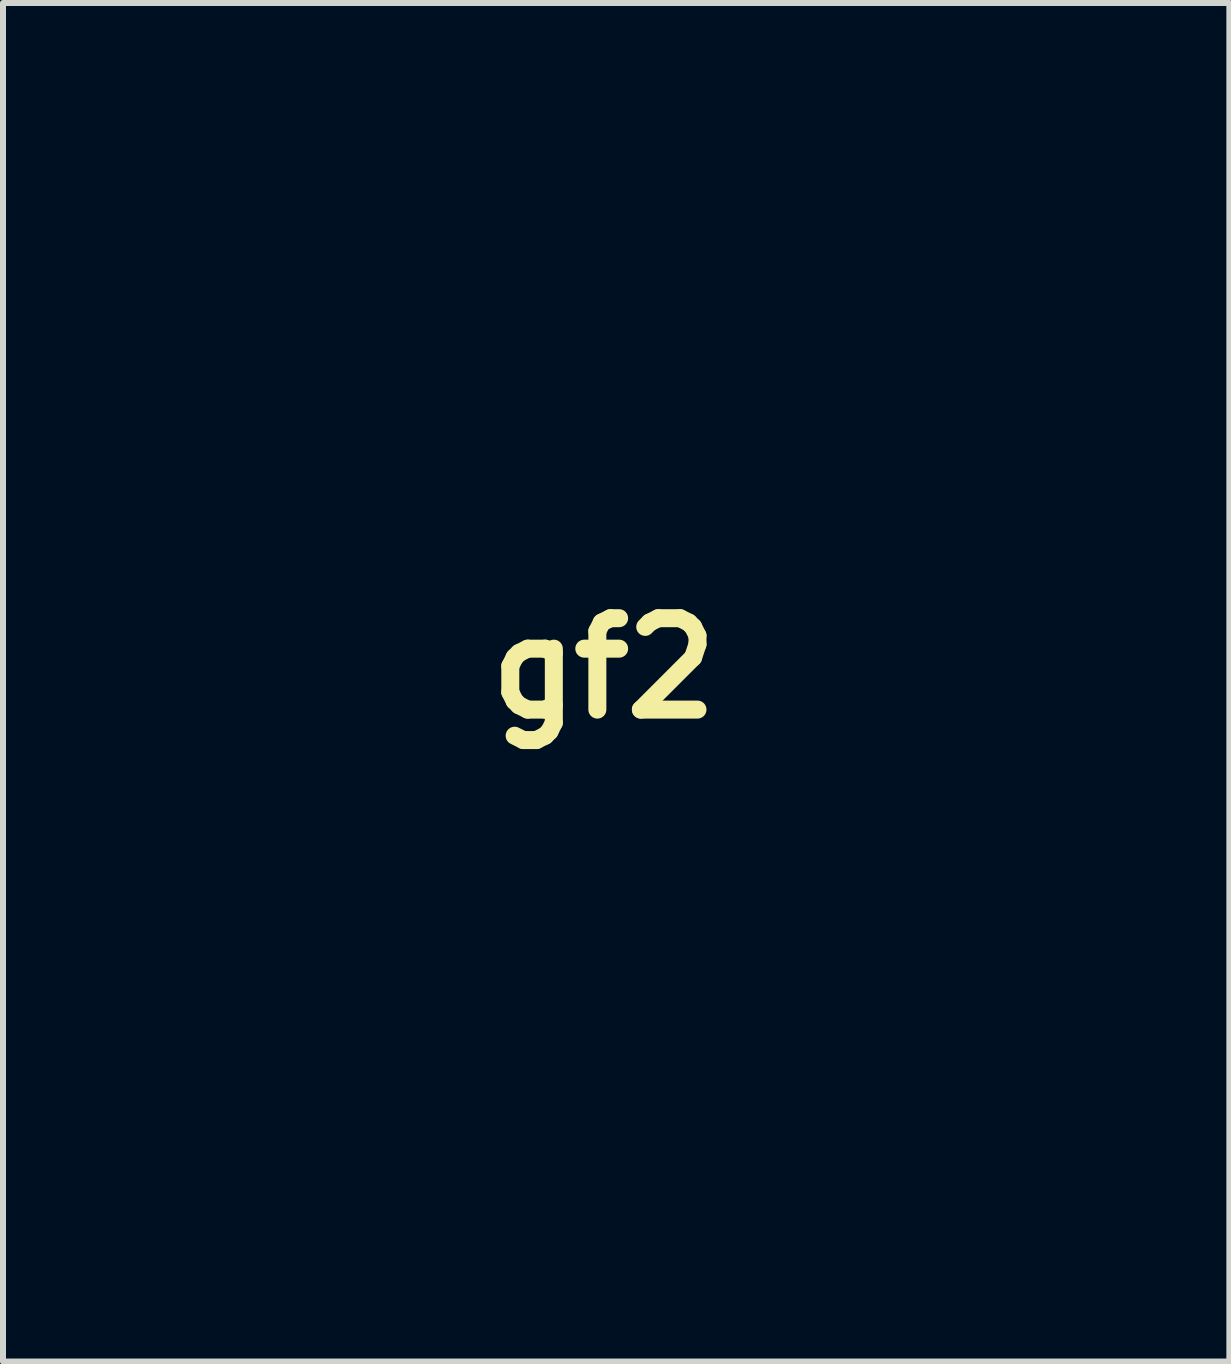
<source format=kicad_pcb>
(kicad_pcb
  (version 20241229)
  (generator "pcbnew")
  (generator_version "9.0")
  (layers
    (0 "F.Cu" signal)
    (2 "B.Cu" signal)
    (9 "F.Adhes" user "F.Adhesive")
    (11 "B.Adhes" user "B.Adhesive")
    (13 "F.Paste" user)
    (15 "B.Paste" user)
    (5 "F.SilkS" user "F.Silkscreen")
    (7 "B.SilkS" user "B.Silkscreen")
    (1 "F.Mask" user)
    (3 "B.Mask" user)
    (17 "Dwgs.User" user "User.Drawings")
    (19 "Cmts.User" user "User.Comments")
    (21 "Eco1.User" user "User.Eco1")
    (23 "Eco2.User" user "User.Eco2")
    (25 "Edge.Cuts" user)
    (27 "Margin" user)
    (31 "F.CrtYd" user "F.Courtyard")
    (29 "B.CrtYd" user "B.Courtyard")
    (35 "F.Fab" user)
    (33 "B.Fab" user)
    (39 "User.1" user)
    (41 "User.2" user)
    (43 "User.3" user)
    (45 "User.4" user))
  (footprint "gf2"
    (layer "F.Cu")
    (at 7.018 8.091)
    (property "Reference" "gf2" (at 0 0 0) (layer "F.SilkS") (effects (font (size 1.524 1.524) (thickness 0.3))))
    (attr through_hole)
    (fp_poly (pts (xy -3.471 5.419) (xy -2.794 5.419) (xy -2.794 5.87) (xy -4.064 5.87) (xy -4.064 3.697) (xy -3.471 3.697) (xy -3.471 5.419)) (stroke (width 0.01) (type solid)) (fill yes) (layer "F.Mask"))
    (fp_poly (pts (xy 2.393 3.93) (xy 2.385 4.163) (xy 2.095 4.171) (xy 1.806 4.179) (xy 1.806 5.87) (xy 1.214 5.87) (xy 1.214 4.177) (xy 0.621 4.177) (xy 0.621 3.697) (xy 2.401 3.697) (xy 2.393 3.93)) (stroke (width 0.01) (type solid)) (fill yes) (layer "F.Mask"))
    (fp_poly (pts (xy -2.723 6.703) (xy -3.612 6.703) (xy -3.612 7.006) (xy -3.612 7.31) (xy -2.879 7.31) (xy -2.879 7.62) (xy -3.612 7.62) (xy -3.612 8.551) (xy -4.036 8.551) (xy -4.036 6.378) (xy -2.707 6.378) (xy -2.723 6.703)) (stroke (width 0.01) (type solid)) (fill yes) (layer "F.Mask"))
    (fp_poly (pts (xy -0.064 -4.118) (xy -0.057 -4.073) (xy -0.056 -4.005) (xy -0.058 -3.925) (xy -0.061 -3.875) (xy -0.064 -3.867) (xy -0.08 -3.889) (xy -0.115 -3.944) (xy -0.131 -3.973) (xy -0.192 -4.079) (xy -0.124 -4.111) (xy -0.084 -4.128) (xy -0.064 -4.118)) (stroke (width 0.01) (type solid)) (fill yes) (layer "F.Mask"))
    (fp_poly (pts (xy 2.145 6.721) (xy 1.714 6.714) (xy 1.284 6.708) (xy 1.284 7.294) (xy 1.672 7.285) (xy 2.06 7.277) (xy 2.06 7.62) (xy 1.27 7.62) (xy 1.27 8.213) (xy 2.145 8.213) (xy 2.145 8.551) (xy 0.875 8.551) (xy 0.875 6.378) (xy 2.145 6.378) (xy 2.145 6.721)) (stroke (width 0.01) (type solid)) (fill yes) (layer "F.Mask"))
    (fp_poly (pts (xy 4.459 6.717) (xy 3.582 6.717) (xy 3.59 7.003) (xy 3.598 7.288) (xy 3.986 7.287) (xy 4.374 7.286) (xy 4.374 7.62) (xy 3.584 7.62) (xy 3.584 8.213) (xy 4.459 8.213) (xy 4.459 8.551) (xy 3.189 8.551) (xy 3.189 6.378) (xy 4.459 6.378) (xy 4.459 6.717)) (stroke (width 0.01) (type solid)) (fill yes) (layer "F.Mask"))
    (fp_poly (pts (xy 4.572 4.177) (xy 3.782 4.177) (xy 3.782 4.544) (xy 4.49 4.544) (xy 4.481 4.763) (xy 4.473 4.981) (xy 4.128 4.989) (xy 3.782 4.997) (xy 3.782 5.39) (xy 4.572 5.39) (xy 4.572 5.87) (xy 3.161 5.87) (xy 3.161 3.697) (xy 4.572 3.697) (xy 4.572 4.177)) (stroke (width 0.01) (type solid)) (fill yes) (layer "F.Mask"))
    (fp_poly (pts (xy 0.362 -3.287) (xy 0.428 -3.286) (xy 0.452 -3.284) (xy 0.442 -3.259) (xy 0.417 -3.199) (xy 0.407 -3.174) (xy 0.385 -3.094) (xy 0.365 -2.97) (xy 0.349 -2.818) (xy 0.343 -2.737) (xy 0.325 -2.407) (xy 0.212 -2.589) (xy 0.13 -2.705) (xy 0.027 -2.828) (xy -0.064 -2.922) (xy -0.14 -2.995) (xy -0.197 -3.053) (xy -0.225 -3.086) (xy -0.226 -3.089) (xy -0.201 -3.1) (xy -0.145 -3.104) (xy -0.073 -3.12) (xy 0.003 -3.159) (xy 0.062 -3.208) (xy 0.085 -3.255) (xy 0.113 -3.275) (xy 0.195 -3.286) (xy 0.268 -3.288) (xy 0.362 -3.287)) (stroke (width 0.01) (type solid)) (fill yes) (layer "F.Mask"))
    (fp_poly (pts (xy 7.422 5.87) (xy 6.835 5.87) (xy 6.755 5.759) (xy 6.714 5.701) (xy 6.65 5.604) (xy 6.567 5.479) (xy 6.473 5.335) (xy 6.373 5.181) (xy 6.364 5.167) (xy 6.269 5.022) (xy 6.184 4.894) (xy 6.113 4.791) (xy 6.062 4.72) (xy 6.035 4.687) (xy 6.032 4.686) (xy 6.026 4.713) (xy 6.021 4.787) (xy 6.016 4.902) (xy 6.013 5.048) (xy 6.011 5.218) (xy 6.011 5.278) (xy 6.011 5.87) (xy 5.419 5.87) (xy 5.419 3.697) (xy 6.025 3.698) (xy 6.816 4.92) (xy 6.831 3.697) (xy 7.422 3.697) (xy 7.422 5.87)) (stroke (width 0.01) (type solid)) (fill yes) (layer "F.Mask"))
    (fp_poly (pts (xy -0.746 -6.431) (xy -0.645 -6.365) (xy -0.553 -6.294) (xy -0.327 -6.088) (xy -0.142 -5.867) (xy -0.008 -5.644) (xy 0.054 -5.457) (xy 0.082 -5.236) (xy 0.074 -4.991) (xy 0.031 -4.731) (xy -0.046 -4.468) (xy -0.066 -4.412) (xy -0.112 -4.312) (xy -0.159 -4.256) (xy -0.217 -4.244) (xy -0.297 -4.273) (xy -0.41 -4.341) (xy -0.415 -4.345) (xy -0.565 -4.459) (xy -0.713 -4.598) (xy -0.846 -4.747) (xy -0.952 -4.891) (xy -0.998 -4.972) (xy -1.077 -5.2) (xy -1.111 -5.456) (xy -1.1 -5.737) (xy -1.043 -6.037) (xy -0.955 -6.314) (xy -0.916 -6.4) (xy -0.874 -6.449) (xy -0.819 -6.459) (xy -0.746 -6.431)) (stroke (width 0.01) (type solid)) (fill yes) (layer "F.Mask"))
    (fp_poly (pts (xy -0.245 -1.753) (xy -0.006 -1.661) (xy 0.205 -1.521) (xy 0.319 -1.412) (xy 0.423 -1.29) (xy 0.517 -1.164) (xy 0.594 -1.043) (xy 0.648 -0.938) (xy 0.672 -0.86) (xy 0.672 -0.841) (xy 0.638 -0.788) (xy 0.557 -0.74) (xy 0.439 -0.699) (xy 0.294 -0.666) (xy 0.132 -0.642) (xy -0.037 -0.629) (xy -0.204 -0.627) (xy -0.359 -0.64) (xy -0.491 -0.667) (xy -0.511 -0.673) (xy -0.722 -0.77) (xy -0.929 -0.92) (xy -1.126 -1.118) (xy -1.296 -1.341) (xy -1.371 -1.458) (xy -1.408 -1.545) (xy -1.403 -1.608) (xy -1.354 -1.655) (xy -1.256 -1.695) (xy -1.115 -1.734) (xy -0.8 -1.79) (xy -0.51 -1.796) (xy -0.245 -1.753)) (stroke (width 0.01) (type solid)) (fill yes) (layer "F.Mask"))
    (fp_poly (pts (xy 1.755 -3.985) (xy 1.79 -3.925) (xy 1.81 -3.816) (xy 1.819 -3.716) (xy 1.818 -3.435) (xy 1.775 -3.166) (xy 1.693 -2.919) (xy 1.574 -2.705) (xy 1.548 -2.669) (xy 1.437 -2.553) (xy 1.286 -2.434) (xy 1.109 -2.322) (xy 0.921 -2.226) (xy 0.737 -2.157) (xy 0.624 -2.127) (xy 0.553 -2.12) (xy 0.512 -2.136) (xy 0.498 -2.16) (xy 0.48 -2.235) (xy 0.468 -2.351) (xy 0.461 -2.488) (xy 0.46 -2.632) (xy 0.466 -2.765) (xy 0.474 -2.839) (xy 0.535 -3.089) (xy 0.646 -3.314) (xy 0.806 -3.516) (xy 1.017 -3.694) (xy 1.279 -3.849) (xy 1.476 -3.938) (xy 1.607 -3.987) (xy 1.697 -4.004) (xy 1.755 -3.985)) (stroke (width 0.01) (type solid)) (fill yes) (layer "F.Mask"))
    (fp_poly (pts (xy -1.26 -4.53) (xy -1.008 -4.488) (xy -0.794 -4.417) (xy -0.611 -4.314) (xy -0.463 -4.186) (xy -0.318 -4.006) (xy -0.193 -3.789) (xy -0.094 -3.55) (xy -0.044 -3.367) (xy -0.035 -3.308) (xy -0.053 -3.276) (xy -0.109 -3.254) (xy -0.132 -3.248) (xy -0.241 -3.229) (xy -0.386 -3.221) (xy -0.551 -3.223) (xy -0.716 -3.234) (xy -0.863 -3.254) (xy -0.896 -3.26) (xy -1.131 -3.337) (xy -1.338 -3.46) (xy -1.507 -3.614) (xy -1.611 -3.746) (xy -1.718 -3.912) (xy -1.816 -4.092) (xy -1.893 -4.266) (xy -1.919 -4.338) (xy -1.939 -4.417) (xy -1.939 -4.472) (xy -1.911 -4.509) (xy -1.849 -4.53) (xy -1.746 -4.541) (xy -1.595 -4.543) (xy -1.556 -4.543) (xy -1.26 -4.53)) (stroke (width 0.01) (type solid)) (fill yes) (layer "F.Mask"))
    (fp_poly (pts (xy 0.826 -0.803) (xy 0.87 -0.76) (xy 0.917 -0.672) (xy 0.963 -0.547) (xy 1.005 -0.398) (xy 1.041 -0.233) (xy 1.068 -0.064) (xy 1.082 0.099) (xy 1.085 0.169) (xy 1.077 0.358) (xy 1.048 0.502) (xy 0.993 0.612) (xy 0.907 0.698) (xy 0.79 0.767) (xy 0.611 0.833) (xy 0.437 0.86) (xy 0.289 0.848) (xy 0.189 0.815) (xy 0.131 0.773) (xy 0.116 0.717) (xy 0.144 0.643) (xy 0.217 0.546) (xy 0.335 0.421) (xy 0.364 0.392) (xy 0.505 0.247) (xy 0.606 0.12) (xy 0.674 -0.001) (xy 0.713 -0.132) (xy 0.73 -0.286) (xy 0.731 -0.473) (xy 0.73 -0.625) (xy 0.737 -0.727) (xy 0.755 -0.787) (xy 0.784 -0.81) (xy 0.826 -0.803)) (stroke (width 0.01) (type solid)) (fill yes) (layer "F.Mask"))
    (fp_poly (pts (xy -0.969 -3.118) (xy -0.837 -3.115) (xy -0.738 -3.108) (xy -0.66 -3.096) (xy -0.592 -3.079) (xy -0.521 -3.054) (xy -0.52 -3.054) (xy -0.303 -2.941) (xy -0.108 -2.777) (xy 0.063 -2.563) (xy 0.199 -2.32) (xy 0.26 -2.186) (xy 0.293 -2.092) (xy 0.3 -2.03) (xy 0.284 -1.991) (xy 0.277 -1.985) (xy 0.212 -1.956) (xy 0.104 -1.932) (xy -0.034 -1.914) (xy -0.19 -1.902) (xy -0.349 -1.897) (xy -0.499 -1.9) (xy -0.627 -1.913) (xy -0.654 -1.918) (xy -0.86 -1.985) (xy -1.061 -2.101) (xy -1.251 -2.262) (xy -1.422 -2.459) (xy -1.567 -2.688) (xy -1.578 -2.708) (xy -1.643 -2.839) (xy -1.683 -2.938) (xy -1.693 -3.011) (xy -1.668 -3.061) (xy -1.604 -3.092) (xy -1.496 -3.11) (xy -1.341 -3.117) (xy -1.146 -3.119) (xy -0.969 -3.118)) (stroke (width 0.01) (type solid)) (fill yes) (layer "F.Mask"))
    (fp_poly (pts (xy 1.234 -5.371) (xy 1.279 -5.332) (xy 1.308 -5.252) (xy 1.325 -5.127) (xy 1.334 -4.953) (xy 1.336 -4.826) (xy 1.335 -4.641) (xy 1.326 -4.499) (xy 1.309 -4.387) (xy 1.291 -4.318) (xy 1.198 -4.103) (xy 1.057 -3.907) (xy 0.865 -3.729) (xy 0.622 -3.566) (xy 0.504 -3.503) (xy 0.378 -3.44) (xy 0.292 -3.404) (xy 0.236 -3.392) (xy 0.2 -3.402) (xy 0.175 -3.433) (xy 0.172 -3.438) (xy 0.141 -3.525) (xy 0.116 -3.652) (xy 0.098 -3.806) (xy 0.089 -3.97) (xy 0.091 -4.129) (xy 0.091 -4.134) (xy 0.117 -4.358) (xy 0.175 -4.551) (xy 0.27 -4.724) (xy 0.407 -4.888) (xy 0.592 -5.052) (xy 0.698 -5.129) (xy 0.828 -5.212) (xy 0.956 -5.286) (xy 0.967 -5.292) (xy 1.081 -5.347) (xy 1.169 -5.375) (xy 1.234 -5.371)) (stroke (width 0.01) (type solid)) (fill yes) (layer "F.Mask"))
    (fp_poly (pts (xy 2.204 -2.623) (xy 2.207 -2.621) (xy 2.235 -2.603) (xy 2.25 -2.575) (xy 2.256 -2.525) (xy 2.254 -2.442) (xy 2.246 -2.336) (xy 2.205 -2.026) (xy 2.132 -1.761) (xy 2.023 -1.535) (xy 1.877 -1.346) (xy 1.691 -1.19) (xy 1.482 -1.071) (xy 1.346 -1.014) (xy 1.198 -0.961) (xy 1.067 -0.923) (xy 1.053 -0.92) (xy 0.934 -0.894) (xy 0.858 -0.88) (xy 0.814 -0.878) (xy 0.789 -0.888) (xy 0.773 -0.908) (xy 0.772 -0.91) (xy 0.758 -0.965) (xy 0.754 -1.062) (xy 0.758 -1.186) (xy 0.769 -1.325) (xy 0.786 -1.463) (xy 0.808 -1.587) (xy 0.82 -1.633) (xy 0.894 -1.835) (xy 0.998 -2.022) (xy 1.123 -2.177) (xy 1.18 -2.23) (xy 1.291 -2.309) (xy 1.428 -2.387) (xy 1.581 -2.461) (xy 1.738 -2.527) (xy 1.889 -2.58) (xy 2.024 -2.616) (xy 2.133 -2.632) (xy 2.204 -2.623)) (stroke (width 0.01) (type solid)) (fill yes) (layer "F.Mask"))
    (fp_poly (pts (xy 0.455 -2.012) (xy 0.457 -2.009) (xy 0.52 -1.981) (xy 0.612 -1.979) (xy 0.715 -2.002) (xy 0.722 -2.005) (xy 0.789 -2.023) (xy 0.811 -2.009) (xy 0.791 -1.958) (xy 0.781 -1.943) (xy 0.754 -1.883) (xy 0.723 -1.788) (xy 0.693 -1.676) (xy 0.691 -1.665) (xy 0.665 -1.55) (xy 0.641 -1.447) (xy 0.625 -1.376) (xy 0.624 -1.372) (xy 0.605 -1.291) (xy 0.504 -1.415) (xy 0.422 -1.503) (xy 0.322 -1.598) (xy 0.259 -1.651) (xy 0.185 -1.712) (xy 0.174 -1.722) (xy 0.385 -1.722) (xy 0.453 -1.649) (xy 0.521 -1.577) (xy 0.538 -1.642) (xy 0.559 -1.722) (xy 0.575 -1.785) (xy 0.578 -1.845) (xy 0.55 -1.862) (xy 0.498 -1.835) (xy 0.452 -1.792) (xy 0.385 -1.722) (xy 0.174 -1.722) (xy 0.133 -1.759) (xy 0.114 -1.782) (xy 0.138 -1.798) (xy 0.199 -1.816) (xy 0.219 -1.82) (xy 0.331 -1.857) (xy 0.401 -1.917) (xy 0.423 -1.986) (xy 0.43 -2.024) (xy 0.455 -2.012)) (stroke (width 0.01) (type solid)) (fill yes) (layer "F.Mask"))
    (fp_poly (pts (xy -1.411 4.339) (xy -1.41 4.53) (xy -1.407 4.707) (xy -1.401 4.86) (xy -1.395 4.981) (xy -1.387 5.059) (xy -1.384 5.078) (xy -1.331 5.198) (xy -1.252 5.272) (xy -1.138 5.303) (xy -1.085 5.306) (xy -0.944 5.287) (xy -0.843 5.228) (xy -0.777 5.127) (xy -0.763 5.086) (xy -0.755 5.027) (xy -0.747 4.922) (xy -0.741 4.78) (xy -0.737 4.611) (xy -0.734 4.425) (xy -0.734 4.339) (xy -0.734 3.697) (xy -0.138 3.697) (xy -0.147 4.466) (xy -0.149 4.697) (xy -0.153 4.879) (xy -0.157 5.019) (xy -0.162 5.125) (xy -0.169 5.203) (xy -0.179 5.263) (xy -0.192 5.31) (xy -0.209 5.352) (xy -0.215 5.364) (xy -0.329 5.546) (xy -0.482 5.693) (xy -0.668 5.8) (xy -0.88 5.865) (xy -1.111 5.884) (xy -1.292 5.867) (xy -1.501 5.806) (xy -1.678 5.698) (xy -1.821 5.548) (xy -1.925 5.359) (xy -1.964 5.242) (xy -1.978 5.168) (xy -1.989 5.063) (xy -1.996 4.921) (xy -2.001 4.735) (xy -2.003 4.501) (xy -2.003 4.396) (xy -2.004 3.697) (xy -1.411 3.697) (xy -1.411 4.339)) (stroke (width 0.01) (type solid)) (fill yes) (layer "F.Mask"))
    (fp_poly (pts (xy -1.192 6.379) (xy -0.983 6.381) (xy -0.82 6.387) (xy -0.694 6.399) (xy -0.596 6.418) (xy -0.516 6.447) (xy -0.444 6.487) (xy -0.381 6.532) (xy -0.267 6.653) (xy -0.188 6.812) (xy -0.149 7) (xy -0.148 7.001) (xy -0.145 7.112) (xy -0.161 7.205) (xy -0.202 7.311) (xy -0.206 7.318) (xy -0.287 7.45) (xy -0.396 7.561) (xy -0.518 7.64) (xy -0.6 7.668) (xy -0.656 7.682) (xy -0.677 7.693) (xy -0.671 7.706) (xy -0.649 7.743) (xy -0.611 7.806) (xy -0.552 7.9) (xy -0.471 8.029) (xy -0.365 8.196) (xy -0.232 8.407) (xy -0.207 8.447) (xy -0.139 8.554) (xy -0.357 8.545) (xy -0.576 8.537) (xy -0.832 8.128) (xy -0.926 7.979) (xy -0.996 7.871) (xy -1.048 7.798) (xy -1.088 7.752) (xy -1.122 7.726) (xy -1.156 7.715) (xy -1.194 7.71) (xy -1.298 7.701) (xy -1.298 8.551) (xy -1.693 8.551) (xy -1.693 7.394) (xy -1.298 7.394) (xy -1.037 7.394) (xy -0.9 7.391) (xy -0.804 7.382) (xy -0.735 7.364) (xy -0.686 7.339) (xy -0.607 7.259) (xy -0.569 7.142) (xy -0.572 6.992) (xy -0.574 6.98) (xy -0.606 6.877) (xy -0.668 6.803) (xy -0.766 6.753) (xy -0.907 6.726) (xy -1.094 6.717) (xy -1.298 6.717) (xy -1.298 7.394) (xy -1.693 7.394) (xy -1.693 6.378) (xy -1.192 6.379)) (stroke (width 0.01) (type solid)) (fill yes) (layer "F.Mask"))
    (fp_poly (pts (xy -5.742 3.692) (xy -5.506 3.751) (xy -5.308 3.85) (xy -5.145 3.99) (xy -5.136 4.001) (xy -5.073 4.085) (xy -5.017 4.183) (xy -4.974 4.279) (xy -4.952 4.359) (xy -4.955 4.406) (xy -4.988 4.416) (xy -5.065 4.425) (xy -5.173 4.43) (xy -5.261 4.431) (xy -5.394 4.43) (xy -5.484 4.425) (xy -5.541 4.414) (xy -5.579 4.396) (xy -5.605 4.372) (xy -5.72 4.283) (xy -5.855 4.239) (xy -5.999 4.236) (xy -6.138 4.274) (xy -6.26 4.352) (xy -6.347 4.459) (xy -6.404 4.608) (xy -6.426 4.773) (xy -6.413 4.937) (xy -6.366 5.084) (xy -6.313 5.168) (xy -6.201 5.263) (xy -6.061 5.321) (xy -5.908 5.343) (xy -5.754 5.328) (xy -5.615 5.276) (xy -5.503 5.187) (xy -5.499 5.182) (xy -5.459 5.128) (xy -5.449 5.091) (xy -5.477 5.068) (xy -5.547 5.056) (xy -5.665 5.052) (xy -5.727 5.052) (xy -6.007 5.052) (xy -6.016 4.852) (xy -6.019 4.752) (xy -6.018 4.676) (xy -6.014 4.641) (xy -6.014 4.64) (xy -5.983 4.636) (xy -5.905 4.633) (xy -5.788 4.631) (xy -5.641 4.629) (xy -5.473 4.628) (xy -5.456 4.628) (xy -4.911 4.628) (xy -4.911 4.929) (xy -4.912 5.065) (xy -4.916 5.159) (xy -4.928 5.227) (xy -4.949 5.283) (xy -4.982 5.342) (xy -4.999 5.367) (xy -5.132 5.535) (xy -5.298 5.682) (xy -5.469 5.788) (xy -5.597 5.831) (xy -5.761 5.858) (xy -5.942 5.868) (xy -6.121 5.86) (xy -6.279 5.835) (xy -6.347 5.815) (xy -6.446 5.775) (xy -6.535 5.733) (xy -6.572 5.712) (xy -6.69 5.617) (xy -6.807 5.487) (xy -6.905 5.344) (xy -6.94 5.278) (xy -6.972 5.205) (xy -6.993 5.138) (xy -7.005 5.061) (xy -7.011 4.961) (xy -7.013 4.822) (xy -7.013 4.784) (xy -7.012 4.636) (xy -7.008 4.529) (xy -6.997 4.448) (xy -6.978 4.378) (xy -6.948 4.304) (xy -6.932 4.269) (xy -6.81 4.068) (xy -6.649 3.905) (xy -6.456 3.784) (xy -6.235 3.707) (xy -5.993 3.676) (xy -5.742 3.692)) (stroke (width 0.01) (type solid)) (fill yes) (layer "F.Mask"))
    (fp_poly (pts (xy 0.505 -8.085) (xy 0.683 -8.083) (xy 0.826 -8.078) (xy 0.945 -8.07) (xy 1.051 -8.058) (xy 1.156 -8.042) (xy 1.267 -8.021) (xy 1.803 -7.884) (xy 2.316 -7.698) (xy 2.803 -7.464) (xy 3.261 -7.183) (xy 3.687 -6.857) (xy 4.065 -6.501) (xy 4.183 -6.374) (xy 4.296 -6.247) (xy 4.398 -6.126) (xy 4.482 -6.019) (xy 4.542 -5.936) (xy 4.57 -5.883) (xy 4.572 -5.875) (xy 4.592 -5.839) (xy 4.597 -5.837) (xy 4.63 -5.805) (xy 4.684 -5.731) (xy 4.751 -5.625) (xy 4.828 -5.495) (xy 4.908 -5.351) (xy 4.986 -5.201) (xy 5.012 -5.147) (xy 5.164 -4.8) (xy 5.298 -4.422) (xy 5.407 -4.037) (xy 5.452 -3.835) (xy 5.474 -3.722) (xy 5.49 -3.618) (xy 5.502 -3.512) (xy 5.51 -3.392) (xy 5.515 -3.249) (xy 5.517 -3.071) (xy 5.517 -2.85) (xy 5.517 -2.627) (xy 5.514 -2.45) (xy 5.51 -2.307) (xy 5.502 -2.188) (xy 5.49 -2.081) (xy 5.474 -1.977) (xy 5.452 -1.865) (xy 5.316 -1.33) (xy 5.131 -0.82) (xy 4.899 -0.338) (xy 4.624 0.114) (xy 4.307 0.533) (xy 3.95 0.917) (xy 3.557 1.264) (xy 3.13 1.57) (xy 2.67 1.834) (xy 2.182 2.053) (xy 1.667 2.224) (xy 1.283 2.316) (xy 1.159 2.339) (xy 1.038 2.356) (xy 0.907 2.369) (xy 0.754 2.377) (xy 0.567 2.383) (xy 0.367 2.386) (xy 0.182 2.388) (xy 0.012 2.388) (xy -0.134 2.387) (xy -0.246 2.385) (xy -0.314 2.382) (xy -0.325 2.381) (xy -0.887 2.275) (xy -1.415 2.124) (xy -1.912 1.928) (xy -2.379 1.686) (xy -2.819 1.396) (xy -3.234 1.057) (xy -3.369 0.932) (xy -3.737 0.54) (xy -3.766 0.501) (xy -2.857 0.501) (xy -2.593 0.705) (xy -2.15 1.012) (xy -1.679 1.27) (xy -1.184 1.479) (xy -0.667 1.636) (xy -0.469 1.681) (xy -0.109 1.734) (xy 0.275 1.752) (xy 0.661 1.734) (xy 1.028 1.68) (xy 1.543 1.548) (xy 2.04 1.364) (xy 2.515 1.13) (xy 2.961 0.85) (xy 3.147 0.712) (xy 3.488 0.413) (xy 3.801 0.069) (xy 4.081 -0.315) (xy 4.327 -0.733) (xy 4.534 -1.179) (xy 4.699 -1.647) (xy 4.82 -2.134) (xy 4.824 -2.153) (xy 4.878 -2.581) (xy 4.881 -3.023) (xy 4.833 -3.472) (xy 4.736 -3.925) (xy 4.591 -4.376) (xy 4.4 -4.819) (xy 4.164 -5.25) (xy 3.884 -5.664) (xy 3.871 -5.682) (xy 3.661 -5.961) (xy 2.801 -5.101) (xy 1.94 -4.24) (xy 2.003 -4.155) (xy 2.026 -4.123) (xy 2.042 -4.089) (xy 2.052 -4.045) (xy 2.058 -3.981) (xy 2.06 -3.89) (xy 2.059 -3.761) (xy 2.055 -3.586) (xy 2.054 -3.552) (xy 2.048 -3.374) (xy 2.039 -3.215) (xy 2.029 -3.085) (xy 2.018 -2.994) (xy 2.009 -2.956) (xy 1.977 -2.879) (xy 2.157 -2.879) (xy 2.257 -2.877) (xy 2.321 -2.865) (xy 2.369 -2.837) (xy 2.42 -2.783) (xy 2.428 -2.775) (xy 2.519 -2.671) (xy 2.5 -2.345) (xy 2.475 -2.062) (xy 2.434 -1.824) (xy 2.373 -1.622) (xy 2.288 -1.444) (xy 2.177 -1.282) (xy 2.048 -1.14) (xy 1.843 -0.961) (xy 1.621 -0.825) (xy 1.364 -0.72) (xy 1.359 -0.718) (xy 1.272 -0.686) (xy 1.231 -0.658) (xy 1.228 -0.627) (xy 1.229 -0.624) (xy 1.259 -0.528) (xy 1.288 -0.392) (xy 1.315 -0.233) (xy 1.337 -0.069) (xy 1.351 0.085) (xy 1.354 0.185) (xy 1.348 0.382) (xy 1.324 0.536) (xy 1.279 0.662) (xy 1.208 0.773) (xy 1.123 0.867) (xy 1.025 0.957) (xy 0.936 1.021) (xy 0.842 1.063) (xy 0.73 1.087) (xy 0.588 1.098) (xy 0.424 1.101) (xy 0.085 1.101) (xy -0.028 0.999) (xy -0.089 0.941) (xy -0.123 0.893) (xy -0.137 0.834) (xy -0.141 0.745) (xy -0.141 0.711) (xy -0.141 0.526) (xy 0.095 0.284) (xy 0.239 0.129) (xy 0.342 -0.004) (xy 0.412 -0.125) (xy 0.455 -0.244) (xy 0.469 -0.312) (xy 0.479 -0.386) (xy 0.473 -0.418) (xy 0.445 -0.419) (xy 0.421 -0.412) (xy 0.368 -0.403) (xy 0.272 -0.394) (xy 0.144 -0.385) (xy -0.001 -0.377) (xy -0.032 -0.375) (xy -0.195 -0.37) (xy -0.317 -0.369) (xy -0.411 -0.374) (xy -0.493 -0.387) (xy -0.576 -0.408) (xy -0.615 -0.42) (xy -0.819 -0.504) (xy -0.95 -0.592) (xy -1.048 -0.673) (xy -1.162 -0.765) (xy -1.244 -0.83) (xy -1.402 -0.955) (xy -2.129 -0.227) (xy -2.857 0.501) (xy -3.766 0.501) (xy -4.061 0.112) (xy -4.341 -0.347) (xy -4.573 -0.835) (xy -4.758 -1.349) (xy -4.888 -1.865) (xy -4.909 -1.979) (xy -4.926 -2.083) (xy -4.938 -2.189) (xy -4.945 -2.309) (xy -4.95 -2.452) (xy -4.952 -2.63) (xy -4.953 -2.85) (xy -4.953 -2.884) (xy -4.321 -2.884) (xy -4.302 -2.446) (xy -4.259 -2.153) (xy -4.168 -1.77) (xy -4.043 -1.381) (xy -3.89 -1.001) (xy -3.716 -0.643) (xy -3.525 -0.321) (xy -3.443 -0.202) (xy -3.355 -0.081) (xy -2.535 -0.879) (xy -2.356 -1.055) (xy -2.189 -1.22) (xy -2.04 -1.37) (xy -1.911 -1.5) (xy -1.808 -1.607) (xy -1.735 -1.685) (xy -1.697 -1.73) (xy -1.693 -1.737) (xy -1.661 -1.787) (xy -1.603 -1.85) (xy -1.537 -1.913) (xy -1.476 -1.959) (xy -1.44 -1.976) (xy -1.444 -1.997) (xy -1.476 -2.054) (xy -1.531 -2.137) (xy -1.581 -2.208) (xy -1.72 -2.41) (xy -1.823 -2.579) (xy -1.892 -2.723) (xy -1.933 -2.851) (xy -1.947 -2.968) (xy -1.947 -2.983) (xy -1.944 -3.081) (xy -1.929 -3.145) (xy -1.895 -3.196) (xy -1.856 -3.236) (xy -1.787 -3.296) (xy -1.728 -3.341) (xy -1.714 -3.349) (xy -1.692 -3.367) (xy -1.694 -3.395) (xy -1.724 -3.442) (xy -1.787 -3.519) (xy -1.793 -3.526) (xy -1.864 -3.621) (xy -1.944 -3.746) (xy -2.02 -3.88) (xy -2.047 -3.935) (xy -2.106 -4.059) (xy -2.143 -4.153) (xy -2.163 -4.232) (xy -2.172 -4.317) (xy -2.173 -4.403) (xy -2.172 -4.459) (xy -2.058 -4.459) (xy -2.053 -4.382) (xy -2.012 -4.18) (xy -1.923 -3.967) (xy -1.792 -3.751) (xy -1.624 -3.542) (xy -1.58 -3.496) (xy -1.483 -3.396) (xy -1.424 -3.33) (xy -1.404 -3.289) (xy -1.423 -3.265) (xy -1.481 -3.249) (xy -1.58 -3.233) (xy -1.595 -3.231) (xy -1.719 -3.194) (xy -1.797 -3.131) (xy -1.83 -3.039) (xy -1.818 -2.916) (xy -1.761 -2.762) (xy -1.704 -2.65) (xy -1.582 -2.445) (xy -1.46 -2.279) (xy -1.325 -2.134) (xy -1.21 -2.031) (xy -1.05 -1.898) (xy -1.224 -1.85) (xy -1.384 -1.79) (xy -1.491 -1.711) (xy -1.545 -1.614) (xy -1.552 -1.557) (xy -1.531 -1.467) (xy -1.472 -1.352) (xy -1.383 -1.22) (xy -1.271 -1.08) (xy -1.144 -0.941) (xy -1.009 -0.812) (xy -0.874 -0.701) (xy -0.756 -0.622) (xy -0.577 -0.547) (xy -0.362 -0.501) (xy -0.123 -0.484) (xy 0.127 -0.497) (xy 0.375 -0.542) (xy 0.406 -0.55) (xy 0.496 -0.57) (xy 0.563 -0.58) (xy 0.59 -0.577) (xy 0.598 -0.541) (xy 0.602 -0.467) (xy 0.602 -0.38) (xy 0.588 -0.232) (xy 0.549 -0.097) (xy 0.479 0.034) (xy 0.373 0.174) (xy 0.225 0.331) (xy 0.216 0.341) (xy 0.112 0.445) (xy 0.043 0.52) (xy 0.001 0.575) (xy -0.02 0.622) (xy -0.028 0.669) (xy -0.028 0.698) (xy -0.021 0.778) (xy 0.01 0.838) (xy 0.075 0.903) (xy 0.178 0.994) (xy 0.463 0.982) (xy 0.616 0.973) (xy 0.728 0.957) (xy 0.812 0.933) (xy 0.861 0.911) (xy 0.994 0.827) (xy 1.091 0.73) (xy 1.157 0.609) (xy 1.196 0.457) (xy 1.212 0.263) (xy 1.214 0.174) (xy 1.203 -0.043) (xy 1.172 -0.273) (xy 1.127 -0.494) (xy 1.069 -0.684) (xy 1.058 -0.712) (xy 1.057 -0.759) (xy 1.077 -0.773) (xy 1.315 -0.849) (xy 1.508 -0.923) (xy 1.666 -1.001) (xy 1.8 -1.088) (xy 1.919 -1.189) (xy 1.949 -1.218) (xy 2.094 -1.386) (xy 2.205 -1.567) (xy 2.283 -1.772) (xy 2.334 -2.01) (xy 2.361 -2.29) (xy 2.362 -2.307) (xy 2.369 -2.455) (xy 2.37 -2.557) (xy 2.366 -2.625) (xy 2.355 -2.669) (xy 2.336 -2.701) (xy 2.328 -2.709) (xy 2.252 -2.753) (xy 2.134 -2.765) (xy 1.979 -2.745) (xy 1.931 -2.734) (xy 1.852 -2.718) (xy 1.799 -2.714) (xy 1.789 -2.717) (xy 1.79 -2.75) (xy 1.811 -2.815) (xy 1.83 -2.861) (xy 1.886 -3.032) (xy 1.925 -3.246) (xy 1.943 -3.489) (xy 1.943 -3.706) (xy 1.937 -3.843) (xy 1.928 -3.935) (xy 1.915 -3.997) (xy 1.894 -4.041) (xy 1.864 -4.077) (xy 1.783 -4.133) (xy 1.681 -4.147) (xy 1.55 -4.119) (xy 1.503 -4.102) (xy 1.429 -4.077) (xy 1.379 -4.067) (xy 1.369 -4.068) (xy 1.371 -4.099) (xy 1.388 -4.165) (xy 1.402 -4.206) (xy 1.445 -4.377) (xy 1.471 -4.587) (xy 1.48 -4.821) (xy 1.468 -5.063) (xy 1.467 -5.078) (xy 1.452 -5.219) (xy 1.436 -5.316) (xy 1.416 -5.381) (xy 1.388 -5.426) (xy 1.378 -5.438) (xy 1.289 -5.494) (xy 1.17 -5.507) (xy 1.028 -5.478) (xy 0.867 -5.41) (xy 0.693 -5.305) (xy 0.51 -5.164) (xy 0.392 -5.057) (xy 0.233 -4.906) (xy 0.22 -5.217) (xy 0.213 -5.36) (xy 0.203 -5.464) (xy 0.185 -5.547) (xy 0.157 -5.626) (xy 0.113 -5.719) (xy 0.106 -5.735) (xy -0.025 -5.95) (xy -0.201 -6.165) (xy -0.416 -6.37) (xy -0.491 -6.433) (xy -0.586 -6.505) (xy -0.656 -6.548) (xy -0.718 -6.569) (xy -0.788 -6.576) (xy -0.81 -6.576) (xy -0.908 -6.569) (xy -0.972 -6.544) (xy -1.015 -6.506) (xy -1.077 -6.411) (xy -1.132 -6.269) (xy -1.177 -6.09) (xy -1.212 -5.884) (xy -1.232 -5.659) (xy -1.234 -5.615) (xy -1.237 -5.391) (xy -1.224 -5.21) (xy -1.191 -5.056) (xy -1.137 -4.917) (xy -1.057 -4.778) (xy -1.056 -4.776) (xy -0.958 -4.628) (xy -1.079 -4.649) (xy -1.154 -4.657) (xy -1.269 -4.664) (xy -1.41 -4.669) (xy -1.562 -4.671) (xy -1.57 -4.671) (xy -1.725 -4.67) (xy -1.833 -4.667) (xy -1.906 -4.659) (xy -1.954 -4.647) (xy -1.989 -4.627) (xy -2.004 -4.614) (xy -2.039 -4.576) (xy -2.055 -4.53) (xy -2.058 -4.459) (xy -2.172 -4.459) (xy -2.171 -4.513) (xy -2.163 -4.584) (xy -2.142 -4.635) (xy -2.103 -4.684) (xy -2.083 -4.705) (xy -1.993 -4.798) (xy -1.614 -4.798) (xy -1.462 -4.798) (xy -1.358 -4.801) (xy -1.294 -4.806) (xy -1.261 -4.815) (xy -1.252 -4.83) (xy -1.257 -4.847) (xy -1.295 -4.942) (xy -1.321 -5.028) (xy -1.338 -5.118) (xy -1.348 -5.226) (xy -1.352 -5.366) (xy -1.353 -5.503) (xy -1.343 -5.828) (xy -1.31 -6.102) (xy -1.255 -6.328) (xy -1.176 -6.507) (xy -1.09 -6.625) (xy -1.038 -6.676) (xy -0.99 -6.703) (xy -0.924 -6.715) (xy -0.824 -6.717) (xy -0.717 -6.713) (xy -0.641 -6.698) (xy -0.572 -6.662) (xy -0.512 -6.62) (xy -0.44 -6.561) (xy -0.343 -6.473) (xy -0.233 -6.368) (xy -0.125 -6.26) (xy 0.044 -6.074) (xy 0.169 -5.904) (xy 0.256 -5.742) (xy 0.31 -5.576) (xy 0.334 -5.417) (xy 0.353 -5.213) (xy 0.437 -5.283) (xy 0.614 -5.415) (xy 0.795 -5.522) (xy 0.969 -5.598) (xy 1.125 -5.639) (xy 1.191 -5.644) (xy 1.285 -5.64) (xy 1.351 -5.618) (xy 1.415 -5.568) (xy 1.445 -5.54) (xy 1.507 -5.47) (xy 1.546 -5.405) (xy 1.554 -5.378) (xy 1.564 -5.319) (xy 1.586 -5.231) (xy 1.606 -5.166) (xy 1.656 -5.013) (xy 2.385 -5.733) (xy 3.115 -6.454) (xy 2.848 -6.629) (xy 2.409 -6.887) (xy 1.939 -7.104) (xy 1.452 -7.275) (xy 1.028 -7.381) (xy 0.586 -7.442) (xy 0.132 -7.449) (xy -0.328 -7.403) (xy -0.792 -7.305) (xy -1.256 -7.155) (xy -1.717 -6.954) (xy -2.068 -6.764) (xy -2.476 -6.495) (xy -2.841 -6.194) (xy -3.166 -5.856) (xy -3.457 -5.476) (xy -3.668 -5.138) (xy -3.894 -4.696) (xy -4.074 -4.244) (xy -4.206 -3.788) (xy -4.288 -3.333) (xy -4.321 -2.884) (xy -4.953 -2.884) (xy -4.952 -3.074) (xy -4.95 -3.251) (xy -4.945 -3.394) (xy -4.937 -3.513) (xy -4.926 -3.62) (xy -4.909 -3.724) (xy -4.888 -3.835) (xy -4.751 -4.372) (xy -4.566 -4.883) (xy -4.334 -5.366) (xy -4.058 -5.819) (xy -3.74 -6.238) (xy -3.382 -6.622) (xy -2.988 -6.968) (xy -2.558 -7.275) (xy -2.097 -7.538) (xy -1.606 -7.757) (xy -1.087 -7.929) (xy -0.703 -8.021) (xy -0.59 -8.042) (xy -0.485 -8.058) (xy -0.379 -8.07) (xy -0.26 -8.078) (xy -0.116 -8.083) (xy 0.062 -8.085) (xy 0.282 -8.086) (xy 0.505 -8.085)) (stroke (width 0.01) (type solid)) (fill yes) (layer "F.Mask")))
  (gr_rect
    (start -3 -3)
    (end 17.446 19.649)
    (stroke (width 0.1) (type default))
    (fill no)
    (layer "Edge.Cuts")))
</source>
